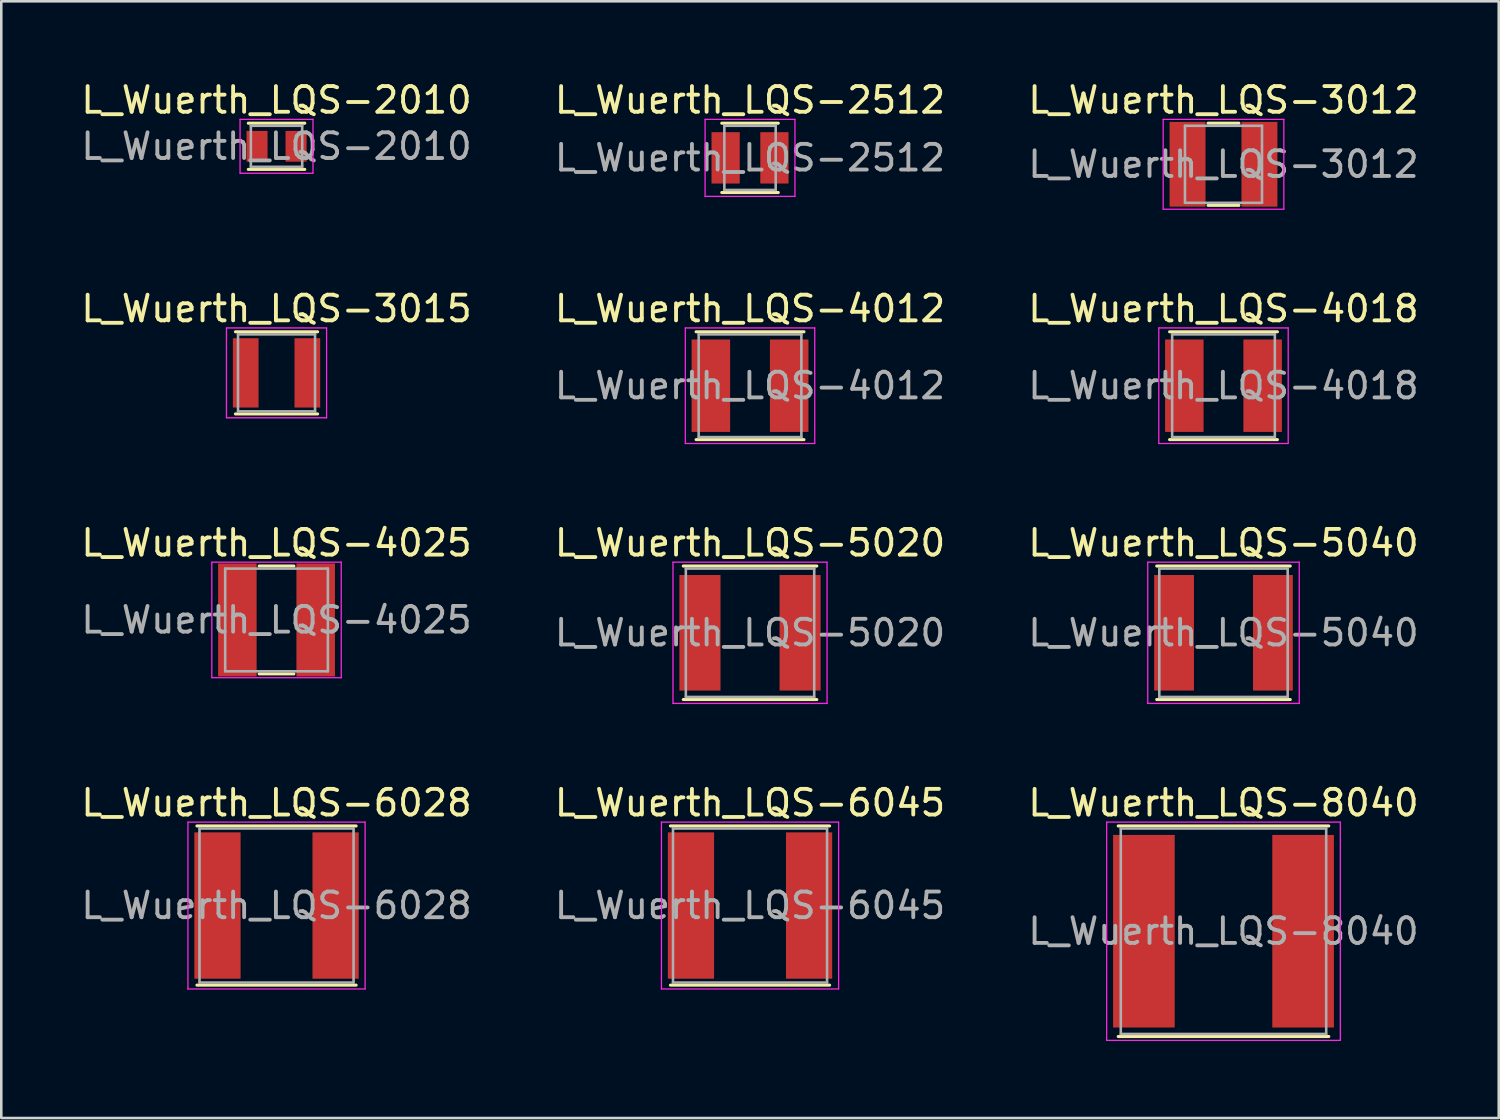
<source format=kicad_pcb>
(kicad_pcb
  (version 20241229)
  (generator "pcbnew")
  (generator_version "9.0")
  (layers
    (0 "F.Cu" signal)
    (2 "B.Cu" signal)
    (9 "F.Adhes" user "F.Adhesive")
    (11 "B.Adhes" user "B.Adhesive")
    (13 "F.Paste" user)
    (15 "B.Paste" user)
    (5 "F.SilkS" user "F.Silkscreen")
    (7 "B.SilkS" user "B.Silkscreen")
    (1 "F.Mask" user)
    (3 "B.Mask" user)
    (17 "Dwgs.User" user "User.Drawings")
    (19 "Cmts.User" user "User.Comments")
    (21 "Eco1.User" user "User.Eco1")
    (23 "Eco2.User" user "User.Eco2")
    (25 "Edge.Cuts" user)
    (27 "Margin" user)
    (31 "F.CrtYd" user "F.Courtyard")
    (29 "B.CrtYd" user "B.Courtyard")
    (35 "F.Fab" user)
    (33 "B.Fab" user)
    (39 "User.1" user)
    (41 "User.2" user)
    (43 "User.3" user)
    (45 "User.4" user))
  (footprint "L_Wuerth_LQS-2512"
    (layer "F.Cu")
    (at 26.161 3.098)
    (property "Reference" "L_Wuerth_LQS-2512" (at 0 -2.25 0) (layer "F.SilkS") (effects (font (size 1 1) (thickness 0.15))))
    (attr smd)
    (fp_line (start -1.1 -1.35) (end 1.1 -1.35) (stroke (width 0.12) (type solid)) (layer "F.SilkS"))
    (fp_line (start -1.1 1.35) (end 1.1 1.35) (stroke (width 0.12) (type solid)) (layer "F.SilkS"))
    (fp_line (start -1.75 -1.5) (end -1.75 1.5) (stroke (width 0.05) (type solid)) (layer "F.CrtYd"))
    (fp_line (start -1.75 1.5) (end 1.75 1.5) (stroke (width 0.05) (type solid)) (layer "F.CrtYd"))
    (fp_line (start 1.75 -1.5) (end -1.75 -1.5) (stroke (width 0.05) (type solid)) (layer "F.CrtYd"))
    (fp_line (start 1.75 1.5) (end 1.75 -1.5) (stroke (width 0.05) (type solid)) (layer "F.CrtYd"))
    (fp_line (start -1 -1.25) (end -1 1.25) (stroke (width 0.1) (type solid)) (layer "F.Fab"))
    (fp_line (start -1 1.25) (end 1 1.25) (stroke (width 0.1) (type solid)) (layer "F.Fab"))
    (fp_line (start 1 -1.25) (end -1 -1.25) (stroke (width 0.1) (type solid)) (layer "F.Fab"))
    (fp_line (start 1 1.25) (end 1 -1.25) (stroke (width 0.1) (type solid)) (layer "F.Fab"))
    (fp_text user "${REFERENCE}" (at 0 0 0) (layer "F.Fab") (effects (font (size 1 1) (thickness 0.15))))
    (pad "1" smd rect (at -0.95 0) (size 1.1 2) (layers "F.Cu" "F.Mask" "F.Paste"))
    (pad "2" smd rect (at 0.95 0) (size 1.1 2) (layers "F.Cu" "F.Mask" "F.Paste")))
  (footprint "L_Wuerth_LQS-4012"
    (layer "F.Cu")
    (at 26.161 11.972)
    (property "Reference" "L_Wuerth_LQS-4012" (at 0 -3 0) (layer "F.SilkS") (effects (font (size 1 1) (thickness 0.15))))
    (attr smd)
    (fp_line (start -2.1 -2.1) (end 2.1 -2.1) (stroke (width 0.12) (type solid)) (layer "F.SilkS"))
    (fp_line (start -2.1 2.1) (end 2.1 2.1) (stroke (width 0.12) (type solid)) (layer "F.SilkS"))
    (fp_line (start -2.52 -2.25) (end -2.52 2.25) (stroke (width 0.05) (type solid)) (layer "F.CrtYd"))
    (fp_line (start -2.52 2.25) (end 2.52 2.25) (stroke (width 0.05) (type solid)) (layer "F.CrtYd"))
    (fp_line (start 2.52 -2.25) (end -2.52 -2.25) (stroke (width 0.05) (type solid)) (layer "F.CrtYd"))
    (fp_line (start 2.52 2.25) (end 2.52 -2.25) (stroke (width 0.05) (type solid)) (layer "F.CrtYd"))
    (fp_line (start -2 -2) (end -2 2) (stroke (width 0.1) (type solid)) (layer "F.Fab"))
    (fp_line (start -2 2) (end 2 2) (stroke (width 0.1) (type solid)) (layer "F.Fab"))
    (fp_line (start 2 -2) (end -2 -2) (stroke (width 0.1) (type solid)) (layer "F.Fab"))
    (fp_line (start 2 2) (end 2 -2) (stroke (width 0.1) (type solid)) (layer "F.Fab"))
    (fp_text user "${REFERENCE}" (at 0 0 0) (layer "F.Fab") (effects (font (size 1 1) (thickness 0.15))))
    (pad "1" smd rect (at -1.525 0) (size 1.5 3.6) (layers "F.Cu" "F.Mask" "F.Paste"))
    (pad "2" smd rect (at 1.525 0) (size 1.5 3.6) (layers "F.Cu" "F.Mask" "F.Paste")))
  (footprint "L_Wuerth_LQS-3015"
    (layer "F.Cu")
    (at 7.72 11.472)
    (property "Reference" "L_Wuerth_LQS-3015" (at 0 -2.5 0) (layer "F.SilkS") (effects (font (size 1 1) (thickness 0.15))))
    (attr smd)
    (fp_line (start -1.6 -1.6) (end 1.6 -1.6) (stroke (width 0.12) (type solid)) (layer "F.SilkS"))
    (fp_line (start -1.6 1.6) (end 1.6 1.6) (stroke (width 0.12) (type solid)) (layer "F.SilkS"))
    (fp_line (start -1.95 -1.75) (end -1.95 1.75) (stroke (width 0.05) (type solid)) (layer "F.CrtYd"))
    (fp_line (start -1.95 1.75) (end 1.95 1.75) (stroke (width 0.05) (type solid)) (layer "F.CrtYd"))
    (fp_line (start 1.95 -1.75) (end -1.95 -1.75) (stroke (width 0.05) (type solid)) (layer "F.CrtYd"))
    (fp_line (start 1.95 1.75) (end 1.95 -1.75) (stroke (width 0.05) (type solid)) (layer "F.CrtYd"))
    (fp_line (start -1.5 -1.5) (end -1.5 1.5) (stroke (width 0.1) (type solid)) (layer "F.Fab"))
    (fp_line (start -1.5 1.5) (end 1.5 1.5) (stroke (width 0.1) (type solid)) (layer "F.Fab"))
    (fp_line (start 1.5 -1.5) (end -1.5 -1.5) (stroke (width 0.1) (type solid)) (layer "F.Fab"))
    (fp_line (start 1.5 1.5) (end 1.5 -1.5) (stroke (width 0.1) (type solid)) (layer "F.Fab"))
    (pad "1" smd rect (at -1.2 0) (size 1 2.7) (layers "F.Cu" "F.Mask" "F.Paste"))
    (pad "2" smd rect (at 1.2 0) (size 1 2.7) (layers "F.Cu" "F.Mask" "F.Paste")))
  (footprint "L_Wuerth_LQS-8040"
    (layer "F.Cu")
    (at 44.601 33.218)
    (property "Reference" "L_Wuerth_LQS-8040" (at 0 -5 0) (layer "F.SilkS") (effects (font (size 1 1) (thickness 0.15))))
    (attr smd)
    (fp_line (start -4.1 -4.1) (end 4.1 -4.1) (stroke (width 0.12) (type solid)) (layer "F.SilkS"))
    (fp_line (start -4.1 4.1) (end 4.1 4.1) (stroke (width 0.12) (type solid)) (layer "F.SilkS"))
    (fp_line (start -4.55 -4.25) (end -4.55 4.25) (stroke (width 0.05) (type solid)) (layer "F.CrtYd"))
    (fp_line (start -4.55 4.25) (end 4.55 4.25) (stroke (width 0.05) (type solid)) (layer "F.CrtYd"))
    (fp_line (start 4.55 -4.25) (end -4.55 -4.25) (stroke (width 0.05) (type solid)) (layer "F.CrtYd"))
    (fp_line (start 4.55 4.25) (end 4.55 -4.25) (stroke (width 0.05) (type solid)) (layer "F.CrtYd"))
    (fp_line (start -4 -4) (end -4 4) (stroke (width 0.1) (type solid)) (layer "F.Fab"))
    (fp_line (start -4 4) (end 4 4) (stroke (width 0.1) (type solid)) (layer "F.Fab"))
    (fp_line (start 4 -4) (end -4 -4) (stroke (width 0.1) (type solid)) (layer "F.Fab"))
    (fp_line (start 4 4) (end 4 -4) (stroke (width 0.1) (type solid)) (layer "F.Fab"))
    (fp_text user "${REFERENCE}" (at 0 0 0) (layer "F.Fab") (effects (font (size 1 1) (thickness 0.15))))
    (pad "1" smd rect (at -3.1 0) (size 2.4 7.5) (layers "F.Cu" "F.Mask" "F.Paste"))
    (pad "2" smd rect (at 3.1 0) (size 2.4 7.5) (layers "F.Cu" "F.Mask" "F.Paste")))
  (footprint "L_Wuerth_LQS-5040"
    (layer "F.Cu")
    (at 44.601 21.595)
    (property "Reference" "L_Wuerth_LQS-5040" (at 0 -3.5 0) (layer "F.SilkS") (effects (font (size 1 1) (thickness 0.15))))
    (attr smd)
    (fp_line (start -2.6 -2.6) (end 2.6 -2.6) (stroke (width 0.12) (type solid)) (layer "F.SilkS"))
    (fp_line (start -2.6 2.6) (end 2.6 2.6) (stroke (width 0.12) (type solid)) (layer "F.SilkS"))
    (fp_line (start -2.95 -2.75) (end -2.95 2.75) (stroke (width 0.05) (type solid)) (layer "F.CrtYd"))
    (fp_line (start -2.95 2.75) (end 2.95 2.75) (stroke (width 0.05) (type solid)) (layer "F.CrtYd"))
    (fp_line (start 2.95 -2.75) (end -2.95 -2.75) (stroke (width 0.05) (type solid)) (layer "F.CrtYd"))
    (fp_line (start 2.95 2.75) (end 2.95 -2.75) (stroke (width 0.05) (type solid)) (layer "F.CrtYd"))
    (fp_line (start -2.5 -2.5) (end -2.5 2.5) (stroke (width 0.1) (type solid)) (layer "F.Fab"))
    (fp_line (start -2.5 2.5) (end 2.5 2.5) (stroke (width 0.1) (type solid)) (layer "F.Fab"))
    (fp_line (start 2.5 -2.5) (end -2.5 -2.5) (stroke (width 0.1) (type solid)) (layer "F.Fab"))
    (fp_line (start 2.5 2.5) (end 2.5 -2.5) (stroke (width 0.1) (type solid)) (layer "F.Fab"))
    (fp_text user "${REFERENCE}" (at 0 0 0) (layer "F.Fab") (effects (font (size 1 1) (thickness 0.15))))
    (pad "1" smd rect (at -1.925 0) (size 1.55 4.5) (layers "F.Cu" "F.Mask" "F.Paste"))
    (pad "2" smd rect (at 1.925 0) (size 1.55 4.5) (layers "F.Cu" "F.Mask" "F.Paste")))
  (footprint "L_Wuerth_LQS-3012"
    (layer "F.Cu")
    (at 44.601 3.348)
    (property "Reference" "L_Wuerth_LQS-3012" (at 0 -2.5 0) (layer "F.SilkS") (effects (font (size 1 1) (thickness 0.15))))
    (attr smd)
    (fp_line (start -0.6 -1.6) (end 0.6 -1.6) (stroke (width 0.12) (type solid)) (layer "F.SilkS"))
    (fp_line (start -0.6 1.6) (end 0.6 1.6) (stroke (width 0.12) (type solid)) (layer "F.SilkS"))
    (fp_line (start -2.35 -1.75) (end -2.35 1.75) (stroke (width 0.05) (type solid)) (layer "F.CrtYd"))
    (fp_line (start -2.35 1.75) (end 2.35 1.75) (stroke (width 0.05) (type solid)) (layer "F.CrtYd"))
    (fp_line (start 2.35 -1.75) (end -2.35 -1.75) (stroke (width 0.05) (type solid)) (layer "F.CrtYd"))
    (fp_line (start 2.35 1.75) (end 2.35 -1.75) (stroke (width 0.05) (type solid)) (layer "F.CrtYd"))
    (fp_line (start -1.5 -1.5) (end -1.5 1.5) (stroke (width 0.1) (type solid)) (layer "F.Fab"))
    (fp_line (start -1.5 1.5) (end 1.5 1.5) (stroke (width 0.1) (type solid)) (layer "F.Fab"))
    (fp_line (start 1.5 -1.5) (end -1.5 -1.5) (stroke (width 0.1) (type solid)) (layer "F.Fab"))
    (fp_line (start 1.5 1.5) (end 1.5 -1.5) (stroke (width 0.1) (type solid)) (layer "F.Fab"))
    (fp_text user "${REFERENCE}" (at 0 0 0) (layer "F.Fab") (effects (font (size 1 1) (thickness 0.15))))
    (pad "1" smd rect (at -1.4 0) (size 1.4 3.3) (layers "F.Cu" "F.Mask" "F.Paste"))
    (pad "2" smd rect (at 1.4 0) (size 1.4 3.3) (layers "F.Cu" "F.Mask" "F.Paste")))
  (footprint "L_Wuerth_LQS-4025"
    (layer "F.Cu")
    (at 7.72 21.095)
    (property "Reference" "L_Wuerth_LQS-4025" (at 0 -3 0) (layer "F.SilkS") (effects (font (size 1 1) (thickness 0.15))))
    (attr smd)
    (fp_line (start -0.675 -2.1) (end 0.675 -2.1) (stroke (width 0.12) (type solid)) (layer "F.SilkS"))
    (fp_line (start -0.675 2.1) (end 0.675 2.1) (stroke (width 0.12) (type solid)) (layer "F.SilkS"))
    (fp_line (start -2.52 -2.25) (end -2.52 2.25) (stroke (width 0.05) (type solid)) (layer "F.CrtYd"))
    (fp_line (start -2.52 2.25) (end 2.52 2.25) (stroke (width 0.05) (type solid)) (layer "F.CrtYd"))
    (fp_line (start 2.52 -2.25) (end -2.52 -2.25) (stroke (width 0.05) (type solid)) (layer "F.CrtYd"))
    (fp_line (start 2.52 2.25) (end 2.52 -2.25) (stroke (width 0.05) (type solid)) (layer "F.CrtYd"))
    (fp_line (start -2 -2) (end -2 2) (stroke (width 0.1) (type solid)) (layer "F.Fab"))
    (fp_line (start -2 2) (end 2 2) (stroke (width 0.1) (type solid)) (layer "F.Fab"))
    (fp_line (start 2 -2) (end -2 -2) (stroke (width 0.1) (type solid)) (layer "F.Fab"))
    (fp_line (start 2 2) (end 2 -2) (stroke (width 0.1) (type solid)) (layer "F.Fab"))
    (fp_text user "${REFERENCE}" (at 0 0 0) (layer "F.Fab") (effects (font (size 1 1) (thickness 0.15))))
    (pad "1" smd rect (at -1.525 0) (size 1.5 4.4) (layers "F.Cu" "F.Mask" "F.Paste"))
    (pad "2" smd rect (at 1.525 0) (size 1.5 4.4) (layers "F.Cu" "F.Mask" "F.Paste")))
  (footprint "L_Wuerth_LQS-2010"
    (layer "F.Cu")
    (at 7.72 2.648)
    (property "Reference" "L_Wuerth_LQS-2010" (at 0 -1.8 0) (layer "F.SilkS") (effects (font (size 1 1) (thickness 0.15))))
    (attr smd)
    (fp_line (start -1.1 -0.9) (end 1.1 -0.9) (stroke (width 0.12) (type solid)) (layer "F.SilkS"))
    (fp_line (start -1.1 0.9) (end 1.1 0.9) (stroke (width 0.12) (type solid)) (layer "F.SilkS"))
    (fp_line (start -1.42 -1.05) (end -1.42 1.05) (stroke (width 0.05) (type solid)) (layer "F.CrtYd"))
    (fp_line (start -1.42 1.05) (end 1.42 1.05) (stroke (width 0.05) (type solid)) (layer "F.CrtYd"))
    (fp_line (start 1.42 -1.05) (end -1.42 -1.05) (stroke (width 0.05) (type solid)) (layer "F.CrtYd"))
    (fp_line (start 1.42 1.05) (end 1.42 -1.05) (stroke (width 0.05) (type solid)) (layer "F.CrtYd"))
    (fp_line (start -1 -0.8) (end -1 0.8) (stroke (width 0.1) (type solid)) (layer "F.Fab"))
    (fp_line (start -1 0.8) (end 1 0.8) (stroke (width 0.1) (type solid)) (layer "F.Fab"))
    (fp_line (start 1 -0.8) (end -1 -0.8) (stroke (width 0.1) (type solid)) (layer "F.Fab"))
    (fp_line (start 1 0.8) (end 1 -0.8) (stroke (width 0.1) (type solid)) (layer "F.Fab"))
    (fp_text user "${REFERENCE}" (at 0 0 0) (layer "F.Fab") (effects (font (size 1 1) (thickness 0.15))))
    (pad "1" smd rect (at -0.76 0) (size 0.82 1.2) (layers "F.Cu" "F.Mask" "F.Paste"))
    (pad "2" smd rect (at 0.76 0) (size 0.82 1.2) (layers "F.Cu" "F.Mask" "F.Paste")))
  (footprint "L_Wuerth_LQS-6045"
    (layer "F.Cu")
    (at 26.161 32.218)
    (property "Reference" "L_Wuerth_LQS-6045" (at 0 -4 0) (layer "F.SilkS") (effects (font (size 1 1) (thickness 0.15))))
    (attr smd)
    (fp_line (start -3.1 -3.1) (end 3.1 -3.1) (stroke (width 0.12) (type solid)) (layer "F.SilkS"))
    (fp_line (start -3.1 3.1) (end 3.1 3.1) (stroke (width 0.12) (type solid)) (layer "F.SilkS"))
    (fp_line (start -3.45 -3.25) (end -3.45 3.25) (stroke (width 0.05) (type solid)) (layer "F.CrtYd"))
    (fp_line (start -3.45 3.25) (end 3.45 3.25) (stroke (width 0.05) (type solid)) (layer "F.CrtYd"))
    (fp_line (start 3.45 -3.25) (end -3.45 -3.25) (stroke (width 0.05) (type solid)) (layer "F.CrtYd"))
    (fp_line (start 3.45 3.25) (end 3.45 -3.25) (stroke (width 0.05) (type solid)) (layer "F.CrtYd"))
    (fp_line (start -3 -3) (end -3 3) (stroke (width 0.1) (type solid)) (layer "F.Fab"))
    (fp_line (start -3 3) (end 3 3) (stroke (width 0.1) (type solid)) (layer "F.Fab"))
    (fp_line (start 3 -3) (end -3 -3) (stroke (width 0.1) (type solid)) (layer "F.Fab"))
    (fp_line (start 3 3) (end 3 -3) (stroke (width 0.1) (type solid)) (layer "F.Fab"))
    (fp_text user "${REFERENCE}" (at 0 0 0) (layer "F.Fab") (effects (font (size 1 1) (thickness 0.15))))
    (pad "1" smd rect (at -2.3 0) (size 1.8 5.7) (layers "F.Cu" "F.Mask" "F.Paste"))
    (pad "2" smd rect (at 2.3 0) (size 1.8 5.7) (layers "F.Cu" "F.Mask" "F.Paste")))
  (footprint "L_Wuerth_LQS-4018"
    (layer "F.Cu")
    (at 44.601 11.972)
    (property "Reference" "L_Wuerth_LQS-4018" (at 0 -3 0) (layer "F.SilkS") (effects (font (size 1 1) (thickness 0.15))))
    (attr smd)
    (fp_line (start -2.1 -2.1) (end 2.1 -2.1) (stroke (width 0.12) (type solid)) (layer "F.SilkS"))
    (fp_line (start -2.1 2.1) (end 2.1 2.1) (stroke (width 0.12) (type solid)) (layer "F.SilkS"))
    (fp_line (start -2.52 -2.25) (end -2.52 2.25) (stroke (width 0.05) (type solid)) (layer "F.CrtYd"))
    (fp_line (start -2.52 2.25) (end 2.52 2.25) (stroke (width 0.05) (type solid)) (layer "F.CrtYd"))
    (fp_line (start 2.52 -2.25) (end -2.52 -2.25) (stroke (width 0.05) (type solid)) (layer "F.CrtYd"))
    (fp_line (start 2.52 2.25) (end 2.52 -2.25) (stroke (width 0.05) (type solid)) (layer "F.CrtYd"))
    (fp_line (start -2 -2) (end -2 2) (stroke (width 0.1) (type solid)) (layer "F.Fab"))
    (fp_line (start -2 2) (end 2 2) (stroke (width 0.1) (type solid)) (layer "F.Fab"))
    (fp_line (start 2 -2) (end -2 -2) (stroke (width 0.1) (type solid)) (layer "F.Fab"))
    (fp_line (start 2 2) (end 2 -2) (stroke (width 0.1) (type solid)) (layer "F.Fab"))
    (fp_text user "${REFERENCE}" (at 0 0 0) (layer "F.Fab") (effects (font (size 1 1) (thickness 0.15))))
    (pad "1" smd rect (at -1.525 0) (size 1.5 3.6) (layers "F.Cu" "F.Mask" "F.Paste"))
    (pad "2" smd rect (at 1.525 0) (size 1.5 3.6) (layers "F.Cu" "F.Mask" "F.Paste")))
  (footprint "L_Wuerth_LQS-6028"
    (layer "F.Cu")
    (at 7.72 32.218)
    (property "Reference" "L_Wuerth_LQS-6028" (at 0 -4 0) (layer "F.SilkS") (effects (font (size 1 1) (thickness 0.15))))
    (attr smd)
    (fp_line (start -3.1 -3.1) (end 3.1 -3.1) (stroke (width 0.12) (type solid)) (layer "F.SilkS"))
    (fp_line (start -3.1 3.1) (end 3.1 3.1) (stroke (width 0.12) (type solid)) (layer "F.SilkS"))
    (fp_line (start -3.45 -3.25) (end -3.45 3.25) (stroke (width 0.05) (type solid)) (layer "F.CrtYd"))
    (fp_line (start -3.45 3.25) (end 3.45 3.25) (stroke (width 0.05) (type solid)) (layer "F.CrtYd"))
    (fp_line (start 3.45 -3.25) (end -3.45 -3.25) (stroke (width 0.05) (type solid)) (layer "F.CrtYd"))
    (fp_line (start 3.45 3.25) (end 3.45 -3.25) (stroke (width 0.05) (type solid)) (layer "F.CrtYd"))
    (fp_line (start -3 -3) (end -3 3) (stroke (width 0.1) (type solid)) (layer "F.Fab"))
    (fp_line (start -3 3) (end 3 3) (stroke (width 0.1) (type solid)) (layer "F.Fab"))
    (fp_line (start 3 -3) (end -3 -3) (stroke (width 0.1) (type solid)) (layer "F.Fab"))
    (fp_line (start 3 3) (end 3 -3) (stroke (width 0.1) (type solid)) (layer "F.Fab"))
    (fp_text user "${REFERENCE}" (at 0 0 0) (layer "F.Fab") (effects (font (size 1 1) (thickness 0.15))))
    (pad "1" smd rect (at -2.3 0) (size 1.8 5.7) (layers "F.Cu" "F.Mask" "F.Paste"))
    (pad "2" smd rect (at 2.3 0) (size 1.8 5.7) (layers "F.Cu" "F.Mask" "F.Paste")))
  (footprint "L_Wuerth_LQS-5020"
    (layer "F.Cu")
    (at 26.161 21.595)
    (property "Reference" "L_Wuerth_LQS-5020" (at 0 -3.5 0) (layer "F.SilkS") (effects (font (size 1 1) (thickness 0.15))))
    (attr smd)
    (fp_line (start -2.6 -2.6) (end 2.6 -2.6) (stroke (width 0.12) (type solid)) (layer "F.SilkS"))
    (fp_line (start -2.6 2.6) (end 2.6 2.6) (stroke (width 0.12) (type solid)) (layer "F.SilkS"))
    (fp_line (start -3 -2.75) (end -3 2.75) (stroke (width 0.05) (type solid)) (layer "F.CrtYd"))
    (fp_line (start -3 2.75) (end 3 2.75) (stroke (width 0.05) (type solid)) (layer "F.CrtYd"))
    (fp_line (start 3 -2.75) (end -3 -2.75) (stroke (width 0.05) (type solid)) (layer "F.CrtYd"))
    (fp_line (start 3 2.75) (end 3 -2.75) (stroke (width 0.05) (type solid)) (layer "F.CrtYd"))
    (fp_line (start -2.5 -2.5) (end -2.5 2.5) (stroke (width 0.1) (type solid)) (layer "F.Fab"))
    (fp_line (start -2.5 2.5) (end 2.5 2.5) (stroke (width 0.1) (type solid)) (layer "F.Fab"))
    (fp_line (start 2.5 -2.5) (end -2.5 -2.5) (stroke (width 0.1) (type solid)) (layer "F.Fab"))
    (fp_line (start 2.5 2.5) (end 2.5 -2.5) (stroke (width 0.1) (type solid)) (layer "F.Fab"))
    (fp_text user "${REFERENCE}" (at 0 0 0) (layer "F.Fab") (effects (font (size 1 1) (thickness 0.15))))
    (pad "1" smd rect (at -1.95 0) (size 1.6 4.5) (layers "F.Cu" "F.Mask" "F.Paste"))
    (pad "2" smd rect (at 1.95 0) (size 1.6 4.5) (layers "F.Cu" "F.Mask" "F.Paste")))
  (gr_rect
    (start -3 -3)
    (end 55.321 40.493)
    (stroke (width 0.1) (type default))
    (fill no)
    (layer "Edge.Cuts")))
</source>
